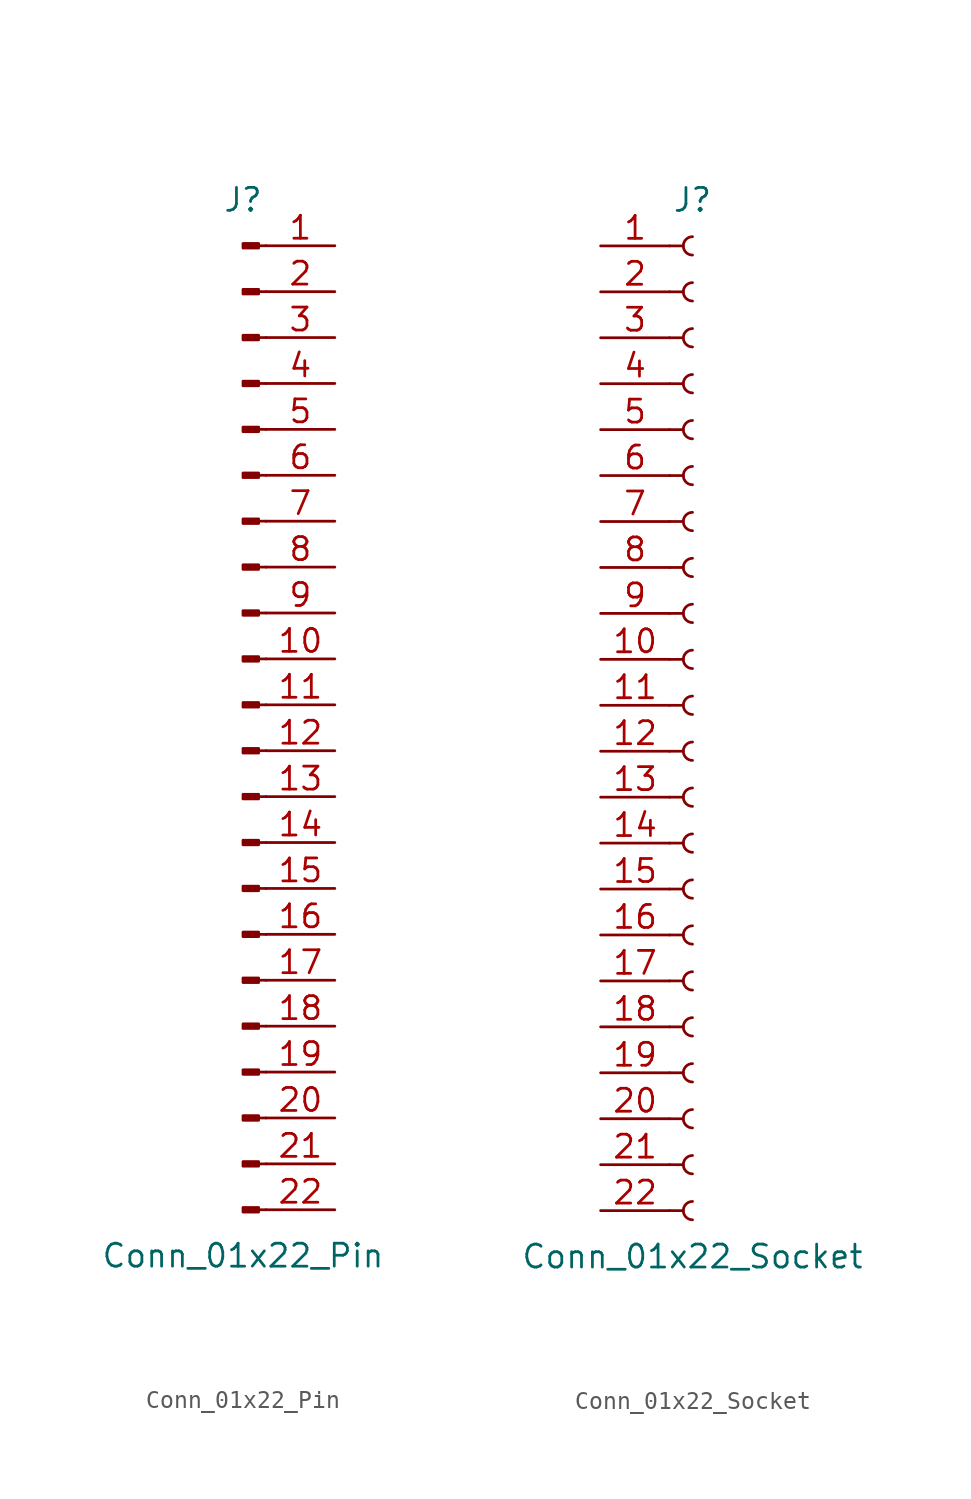
<source format=kicad_sym>
(kicad_symbol_lib
  (version 20220914)
  (generator kicad_symbol_editor)
  (symbol "Conn_01x22_Pin"
    (pin_names
      (offset 1.016) hide)
    (property "Reference" "J"
      (at 0 27.94 0)
      (effects (font (size 1.27 1.27))))
    (property "Value" "Conn_01x22_Pin"
      (at 0 -30.48 0)
      (effects (font (size 1.27 1.27))))
    (property "ki_locked" ""
      (at 0 0 0)
      (effects (font (size 1.27 1.27))))
    (symbol "Conn_01x22_Pin_1_1"
      (polyline (pts (xy 1.27 -27.94) (xy 0.864 -27.94)) (stroke (width 0.152) (type default)) (fill (type none)))
      (polyline (pts (xy 1.27 -25.4) (xy 0.864 -25.4)) (stroke (width 0.152) (type default)) (fill (type none)))
      (polyline (pts (xy 1.27 -22.86) (xy 0.864 -22.86)) (stroke (width 0.152) (type default)) (fill (type none)))
      (polyline (pts (xy 1.27 -20.32) (xy 0.864 -20.32)) (stroke (width 0.152) (type default)) (fill (type none)))
      (polyline (pts (xy 1.27 -17.78) (xy 0.864 -17.78)) (stroke (width 0.152) (type default)) (fill (type none)))
      (polyline (pts (xy 1.27 -15.24) (xy 0.864 -15.24)) (stroke (width 0.152) (type default)) (fill (type none)))
      (polyline (pts (xy 1.27 -12.7) (xy 0.864 -12.7)) (stroke (width 0.152) (type default)) (fill (type none)))
      (polyline (pts (xy 1.27 -10.16) (xy 0.864 -10.16)) (stroke (width 0.152) (type default)) (fill (type none)))
      (polyline (pts (xy 1.27 -7.62) (xy 0.864 -7.62)) (stroke (width 0.152) (type default)) (fill (type none)))
      (polyline (pts (xy 1.27 -5.08) (xy 0.864 -5.08)) (stroke (width 0.152) (type default)) (fill (type none)))
      (polyline (pts (xy 1.27 -2.54) (xy 0.864 -2.54)) (stroke (width 0.152) (type default)) (fill (type none)))
      (polyline (pts (xy 1.27 0) (xy 0.864 0)) (stroke (width 0.152) (type default)) (fill (type none)))
      (polyline (pts (xy 1.27 2.54) (xy 0.864 2.54)) (stroke (width 0.152) (type default)) (fill (type none)))
      (polyline (pts (xy 1.27 5.08) (xy 0.864 5.08)) (stroke (width 0.152) (type default)) (fill (type none)))
      (polyline (pts (xy 1.27 7.62) (xy 0.864 7.62)) (stroke (width 0.152) (type default)) (fill (type none)))
      (polyline (pts (xy 1.27 10.16) (xy 0.864 10.16)) (stroke (width 0.152) (type default)) (fill (type none)))
      (polyline (pts (xy 1.27 12.7) (xy 0.864 12.7)) (stroke (width 0.152) (type default)) (fill (type none)))
      (polyline (pts (xy 1.27 15.24) (xy 0.864 15.24)) (stroke (width 0.152) (type default)) (fill (type none)))
      (polyline (pts (xy 1.27 17.78) (xy 0.864 17.78)) (stroke (width 0.152) (type default)) (fill (type none)))
      (polyline (pts (xy 1.27 20.32) (xy 0.864 20.32)) (stroke (width 0.152) (type default)) (fill (type none)))
      (polyline (pts (xy 1.27 22.86) (xy 0.864 22.86)) (stroke (width 0.152) (type default)) (fill (type none)))
      (polyline (pts (xy 1.27 25.4) (xy 0.864 25.4)) (stroke (width 0.152) (type default)) (fill (type none)))
      (rectangle (start 0.864 -27.813) (end 0 -28.067) (stroke (width 0.152) (type default)) (fill (type outline)))
      (rectangle (start 0.864 -25.273) (end 0 -25.527) (stroke (width 0.152) (type default)) (fill (type outline)))
      (rectangle (start 0.864 -22.733) (end 0 -22.987) (stroke (width 0.152) (type default)) (fill (type outline)))
      (rectangle (start 0.864 -20.193) (end 0 -20.447) (stroke (width 0.152) (type default)) (fill (type outline)))
      (rectangle (start 0.864 -17.653) (end 0 -17.907) (stroke (width 0.152) (type default)) (fill (type outline)))
      (rectangle (start 0.864 -15.113) (end 0 -15.367) (stroke (width 0.152) (type default)) (fill (type outline)))
      (rectangle (start 0.864 -12.573) (end 0 -12.827) (stroke (width 0.152) (type default)) (fill (type outline)))
      (rectangle (start 0.864 -10.033) (end 0 -10.287) (stroke (width 0.152) (type default)) (fill (type outline)))
      (rectangle (start 0.864 -7.493) (end 0 -7.747) (stroke (width 0.152) (type default)) (fill (type outline)))
      (rectangle (start 0.864 -4.953) (end 0 -5.207) (stroke (width 0.152) (type default)) (fill (type outline)))
      (rectangle (start 0.864 -2.413) (end 0 -2.667) (stroke (width 0.152) (type default)) (fill (type outline)))
      (rectangle (start 0.864 0.127) (end 0 -0.127) (stroke (width 0.152) (type default)) (fill (type outline)))
      (rectangle (start 0.864 2.667) (end 0 2.413) (stroke (width 0.152) (type default)) (fill (type outline)))
      (rectangle (start 0.864 5.207) (end 0 4.953) (stroke (width 0.152) (type default)) (fill (type outline)))
      (rectangle (start 0.864 7.747) (end 0 7.493) (stroke (width 0.152) (type default)) (fill (type outline)))
      (rectangle (start 0.864 10.287) (end 0 10.033) (stroke (width 0.152) (type default)) (fill (type outline)))
      (rectangle (start 0.864 12.827) (end 0 12.573) (stroke (width 0.152) (type default)) (fill (type outline)))
      (rectangle (start 0.864 15.367) (end 0 15.113) (stroke (width 0.152) (type default)) (fill (type outline)))
      (rectangle (start 0.864 17.907) (end 0 17.653) (stroke (width 0.152) (type default)) (fill (type outline)))
      (rectangle (start 0.864 20.447) (end 0 20.193) (stroke (width 0.152) (type default)) (fill (type outline)))
      (rectangle (start 0.864 22.987) (end 0 22.733) (stroke (width 0.152) (type default)) (fill (type outline)))
      (rectangle (start 0.864 25.527) (end 0 25.273) (stroke (width 0.152) (type default)) (fill (type outline)))
      (pin passive line (at 5.08 25.4 180) (length 3.81) (name "Pin_1" (effects (font (size 1.27 1.27)))) (number "1" (effects (font (size 1.27 1.27)))))
      (pin passive line (at 5.08 2.54 180) (length 3.81) (name "Pin_10" (effects (font (size 1.27 1.27)))) (number "10" (effects (font (size 1.27 1.27)))))
      (pin passive line (at 5.08 0 180) (length 3.81) (name "Pin_11" (effects (font (size 1.27 1.27)))) (number "11" (effects (font (size 1.27 1.27)))))
      (pin passive line (at 5.08 -2.54 180) (length 3.81) (name "Pin_12" (effects (font (size 1.27 1.27)))) (number "12" (effects (font (size 1.27 1.27)))))
      (pin passive line (at 5.08 -5.08 180) (length 3.81) (name "Pin_13" (effects (font (size 1.27 1.27)))) (number "13" (effects (font (size 1.27 1.27)))))
      (pin passive line (at 5.08 -7.62 180) (length 3.81) (name "Pin_14" (effects (font (size 1.27 1.27)))) (number "14" (effects (font (size 1.27 1.27)))))
      (pin passive line (at 5.08 -10.16 180) (length 3.81) (name "Pin_15" (effects (font (size 1.27 1.27)))) (number "15" (effects (font (size 1.27 1.27)))))
      (pin passive line (at 5.08 -12.7 180) (length 3.81) (name "Pin_16" (effects (font (size 1.27 1.27)))) (number "16" (effects (font (size 1.27 1.27)))))
      (pin passive line (at 5.08 -15.24 180) (length 3.81) (name "Pin_17" (effects (font (size 1.27 1.27)))) (number "17" (effects (font (size 1.27 1.27)))))
      (pin passive line (at 5.08 -17.78 180) (length 3.81) (name "Pin_18" (effects (font (size 1.27 1.27)))) (number "18" (effects (font (size 1.27 1.27)))))
      (pin passive line (at 5.08 -20.32 180) (length 3.81) (name "Pin_19" (effects (font (size 1.27 1.27)))) (number "19" (effects (font (size 1.27 1.27)))))
      (pin passive line (at 5.08 22.86 180) (length 3.81) (name "Pin_2" (effects (font (size 1.27 1.27)))) (number "2" (effects (font (size 1.27 1.27)))))
      (pin passive line (at 5.08 -22.86 180) (length 3.81) (name "Pin_20" (effects (font (size 1.27 1.27)))) (number "20" (effects (font (size 1.27 1.27)))))
      (pin passive line (at 5.08 -25.4 180) (length 3.81) (name "Pin_21" (effects (font (size 1.27 1.27)))) (number "21" (effects (font (size 1.27 1.27)))))
      (pin passive line (at 5.08 -27.94 180) (length 3.81) (name "Pin_22" (effects (font (size 1.27 1.27)))) (number "22" (effects (font (size 1.27 1.27)))))
      (pin passive line (at 5.08 20.32 180) (length 3.81) (name "Pin_3" (effects (font (size 1.27 1.27)))) (number "3" (effects (font (size 1.27 1.27)))))
      (pin passive line (at 5.08 17.78 180) (length 3.81) (name "Pin_4" (effects (font (size 1.27 1.27)))) (number "4" (effects (font (size 1.27 1.27)))))
      (pin passive line (at 5.08 15.24 180) (length 3.81) (name "Pin_5" (effects (font (size 1.27 1.27)))) (number "5" (effects (font (size 1.27 1.27)))))
      (pin passive line (at 5.08 12.7 180) (length 3.81) (name "Pin_6" (effects (font (size 1.27 1.27)))) (number "6" (effects (font (size 1.27 1.27)))))
      (pin passive line (at 5.08 10.16 180) (length 3.81) (name "Pin_7" (effects (font (size 1.27 1.27)))) (number "7" (effects (font (size 1.27 1.27)))))
      (pin passive line (at 5.08 7.62 180) (length 3.81) (name "Pin_8" (effects (font (size 1.27 1.27)))) (number "8" (effects (font (size 1.27 1.27)))))
      (pin passive line (at 5.08 5.08 180) (length 3.81) (name "Pin_9" (effects (font (size 1.27 1.27)))) (number "9" (effects (font (size 1.27 1.27)))))))
  (symbol "Conn_01x22_Socket"
    (pin_names
      (offset 1.016) hide)
    (property "Reference" "J"
      (at 0 27.94 0)
      (effects (font (size 1.27 1.27))))
    (property "Value" "Conn_01x22_Socket"
      (at 0 -30.48 0)
      (effects (font (size 1.27 1.27))))
    (property "ki_locked" ""
      (at 0 0 0)
      (effects (font (size 1.27 1.27))))
    (symbol "Conn_01x22_Socket_1_1"
      (arc (start 0 -27.432) (mid -0.5058 -27.94) (end 0 -28.448) (stroke (width 0.1524) (type default)) (fill (type none)))
      (arc (start 0 -24.892) (mid -0.5058 -25.4) (end 0 -25.908) (stroke (width 0.1524) (type default)) (fill (type none)))
      (arc (start 0 -22.352) (mid -0.5058 -22.86) (end 0 -23.368) (stroke (width 0.1524) (type default)) (fill (type none)))
      (arc (start 0 -19.812) (mid -0.5058 -20.32) (end 0 -20.828) (stroke (width 0.1524) (type default)) (fill (type none)))
      (arc (start 0 -17.272) (mid -0.5058 -17.78) (end 0 -18.288) (stroke (width 0.1524) (type default)) (fill (type none)))
      (arc (start 0 -14.732) (mid -0.5058 -15.24) (end 0 -15.748) (stroke (width 0.1524) (type default)) (fill (type none)))
      (arc (start 0 -12.192) (mid -0.5058 -12.7) (end 0 -13.208) (stroke (width 0.1524) (type default)) (fill (type none)))
      (arc (start 0 -9.652) (mid -0.5058 -10.16) (end 0 -10.668) (stroke (width 0.1524) (type default)) (fill (type none)))
      (arc (start 0 -7.112) (mid -0.5058 -7.62) (end 0 -8.128) (stroke (width 0.1524) (type default)) (fill (type none)))
      (arc (start 0 -4.572) (mid -0.5058 -5.08) (end 0 -5.588) (stroke (width 0.1524) (type default)) (fill (type none)))
      (arc (start 0 -2.032) (mid -0.5058 -2.54) (end 0 -3.048) (stroke (width 0.1524) (type default)) (fill (type none)))
      (polyline (pts (xy -1.27 -27.94) (xy -0.508 -27.94)) (stroke (width 0.152) (type default)) (fill (type none)))
      (polyline (pts (xy -1.27 -25.4) (xy -0.508 -25.4)) (stroke (width 0.152) (type default)) (fill (type none)))
      (polyline (pts (xy -1.27 -22.86) (xy -0.508 -22.86)) (stroke (width 0.152) (type default)) (fill (type none)))
      (polyline (pts (xy -1.27 -20.32) (xy -0.508 -20.32)) (stroke (width 0.152) (type default)) (fill (type none)))
      (polyline (pts (xy -1.27 -17.78) (xy -0.508 -17.78)) (stroke (width 0.152) (type default)) (fill (type none)))
      (polyline (pts (xy -1.27 -15.24) (xy -0.508 -15.24)) (stroke (width 0.152) (type default)) (fill (type none)))
      (polyline (pts (xy -1.27 -12.7) (xy -0.508 -12.7)) (stroke (width 0.152) (type default)) (fill (type none)))
      (polyline (pts (xy -1.27 -10.16) (xy -0.508 -10.16)) (stroke (width 0.152) (type default)) (fill (type none)))
      (polyline (pts (xy -1.27 -7.62) (xy -0.508 -7.62)) (stroke (width 0.152) (type default)) (fill (type none)))
      (polyline (pts (xy -1.27 -5.08) (xy -0.508 -5.08)) (stroke (width 0.152) (type default)) (fill (type none)))
      (polyline (pts (xy -1.27 -2.54) (xy -0.508 -2.54)) (stroke (width 0.152) (type default)) (fill (type none)))
      (polyline (pts (xy -1.27 0) (xy -0.508 0)) (stroke (width 0.152) (type default)) (fill (type none)))
      (polyline (pts (xy -1.27 2.54) (xy -0.508 2.54)) (stroke (width 0.152) (type default)) (fill (type none)))
      (polyline (pts (xy -1.27 5.08) (xy -0.508 5.08)) (stroke (width 0.152) (type default)) (fill (type none)))
      (polyline (pts (xy -1.27 7.62) (xy -0.508 7.62)) (stroke (width 0.152) (type default)) (fill (type none)))
      (polyline (pts (xy -1.27 10.16) (xy -0.508 10.16)) (stroke (width 0.152) (type default)) (fill (type none)))
      (polyline (pts (xy -1.27 12.7) (xy -0.508 12.7)) (stroke (width 0.152) (type default)) (fill (type none)))
      (polyline (pts (xy -1.27 15.24) (xy -0.508 15.24)) (stroke (width 0.152) (type default)) (fill (type none)))
      (polyline (pts (xy -1.27 17.78) (xy -0.508 17.78)) (stroke (width 0.152) (type default)) (fill (type none)))
      (polyline (pts (xy -1.27 20.32) (xy -0.508 20.32)) (stroke (width 0.152) (type default)) (fill (type none)))
      (polyline (pts (xy -1.27 22.86) (xy -0.508 22.86)) (stroke (width 0.152) (type default)) (fill (type none)))
      (polyline (pts (xy -1.27 25.4) (xy -0.508 25.4)) (stroke (width 0.152) (type default)) (fill (type none)))
      (arc (start 0 0.508) (mid -0.5058 0) (end 0 -0.508) (stroke (width 0.1524) (type default)) (fill (type none)))
      (arc (start 0 3.048) (mid -0.5058 2.54) (end 0 2.032) (stroke (width 0.1524) (type default)) (fill (type none)))
      (arc (start 0 5.588) (mid -0.5058 5.08) (end 0 4.572) (stroke (width 0.1524) (type default)) (fill (type none)))
      (arc (start 0 8.128) (mid -0.5058 7.62) (end 0 7.112) (stroke (width 0.1524) (type default)) (fill (type none)))
      (arc (start 0 10.668) (mid -0.5058 10.16) (end 0 9.652) (stroke (width 0.1524) (type default)) (fill (type none)))
      (arc (start 0 13.208) (mid -0.5058 12.7) (end 0 12.192) (stroke (width 0.1524) (type default)) (fill (type none)))
      (arc (start 0 15.748) (mid -0.5058 15.24) (end 0 14.732) (stroke (width 0.1524) (type default)) (fill (type none)))
      (arc (start 0 18.288) (mid -0.5058 17.78) (end 0 17.272) (stroke (width 0.1524) (type default)) (fill (type none)))
      (arc (start 0 20.828) (mid -0.5058 20.32) (end 0 19.812) (stroke (width 0.1524) (type default)) (fill (type none)))
      (arc (start 0 23.368) (mid -0.5058 22.86) (end 0 22.352) (stroke (width 0.1524) (type default)) (fill (type none)))
      (arc (start 0 25.908) (mid -0.5058 25.4) (end 0 24.892) (stroke (width 0.1524) (type default)) (fill (type none)))
      (pin passive line (at -5.08 25.4 0) (length 3.81) (name "Pin_1" (effects (font (size 1.27 1.27)))) (number "1" (effects (font (size 1.27 1.27)))))
      (pin passive line (at -5.08 2.54 0) (length 3.81) (name "Pin_10" (effects (font (size 1.27 1.27)))) (number "10" (effects (font (size 1.27 1.27)))))
      (pin passive line (at -5.08 0 0) (length 3.81) (name "Pin_11" (effects (font (size 1.27 1.27)))) (number "11" (effects (font (size 1.27 1.27)))))
      (pin passive line (at -5.08 -2.54 0) (length 3.81) (name "Pin_12" (effects (font (size 1.27 1.27)))) (number "12" (effects (font (size 1.27 1.27)))))
      (pin passive line (at -5.08 -5.08 0) (length 3.81) (name "Pin_13" (effects (font (size 1.27 1.27)))) (number "13" (effects (font (size 1.27 1.27)))))
      (pin passive line (at -5.08 -7.62 0) (length 3.81) (name "Pin_14" (effects (font (size 1.27 1.27)))) (number "14" (effects (font (size 1.27 1.27)))))
      (pin passive line (at -5.08 -10.16 0) (length 3.81) (name "Pin_15" (effects (font (size 1.27 1.27)))) (number "15" (effects (font (size 1.27 1.27)))))
      (pin passive line (at -5.08 -12.7 0) (length 3.81) (name "Pin_16" (effects (font (size 1.27 1.27)))) (number "16" (effects (font (size 1.27 1.27)))))
      (pin passive line (at -5.08 -15.24 0) (length 3.81) (name "Pin_17" (effects (font (size 1.27 1.27)))) (number "17" (effects (font (size 1.27 1.27)))))
      (pin passive line (at -5.08 -17.78 0) (length 3.81) (name "Pin_18" (effects (font (size 1.27 1.27)))) (number "18" (effects (font (size 1.27 1.27)))))
      (pin passive line (at -5.08 -20.32 0) (length 3.81) (name "Pin_19" (effects (font (size 1.27 1.27)))) (number "19" (effects (font (size 1.27 1.27)))))
      (pin passive line (at -5.08 22.86 0) (length 3.81) (name "Pin_2" (effects (font (size 1.27 1.27)))) (number "2" (effects (font (size 1.27 1.27)))))
      (pin passive line (at -5.08 -22.86 0) (length 3.81) (name "Pin_20" (effects (font (size 1.27 1.27)))) (number "20" (effects (font (size 1.27 1.27)))))
      (pin passive line (at -5.08 -25.4 0) (length 3.81) (name "Pin_21" (effects (font (size 1.27 1.27)))) (number "21" (effects (font (size 1.27 1.27)))))
      (pin passive line (at -5.08 -27.94 0) (length 3.81) (name "Pin_22" (effects (font (size 1.27 1.27)))) (number "22" (effects (font (size 1.27 1.27)))))
      (pin passive line (at -5.08 20.32 0) (length 3.81) (name "Pin_3" (effects (font (size 1.27 1.27)))) (number "3" (effects (font (size 1.27 1.27)))))
      (pin passive line (at -5.08 17.78 0) (length 3.81) (name "Pin_4" (effects (font (size 1.27 1.27)))) (number "4" (effects (font (size 1.27 1.27)))))
      (pin passive line (at -5.08 15.24 0) (length 3.81) (name "Pin_5" (effects (font (size 1.27 1.27)))) (number "5" (effects (font (size 1.27 1.27)))))
      (pin passive line (at -5.08 12.7 0) (length 3.81) (name "Pin_6" (effects (font (size 1.27 1.27)))) (number "6" (effects (font (size 1.27 1.27)))))
      (pin passive line (at -5.08 10.16 0) (length 3.81) (name "Pin_7" (effects (font (size 1.27 1.27)))) (number "7" (effects (font (size 1.27 1.27)))))
      (pin passive line (at -5.08 7.62 0) (length 3.81) (name "Pin_8" (effects (font (size 1.27 1.27)))) (number "8" (effects (font (size 1.27 1.27)))))
      (pin passive line (at -5.08 5.08 0) (length 3.81) (name "Pin_9" (effects (font (size 1.27 1.27)))) (number "9" (effects (font (size 1.27 1.27))))))))
</source>
